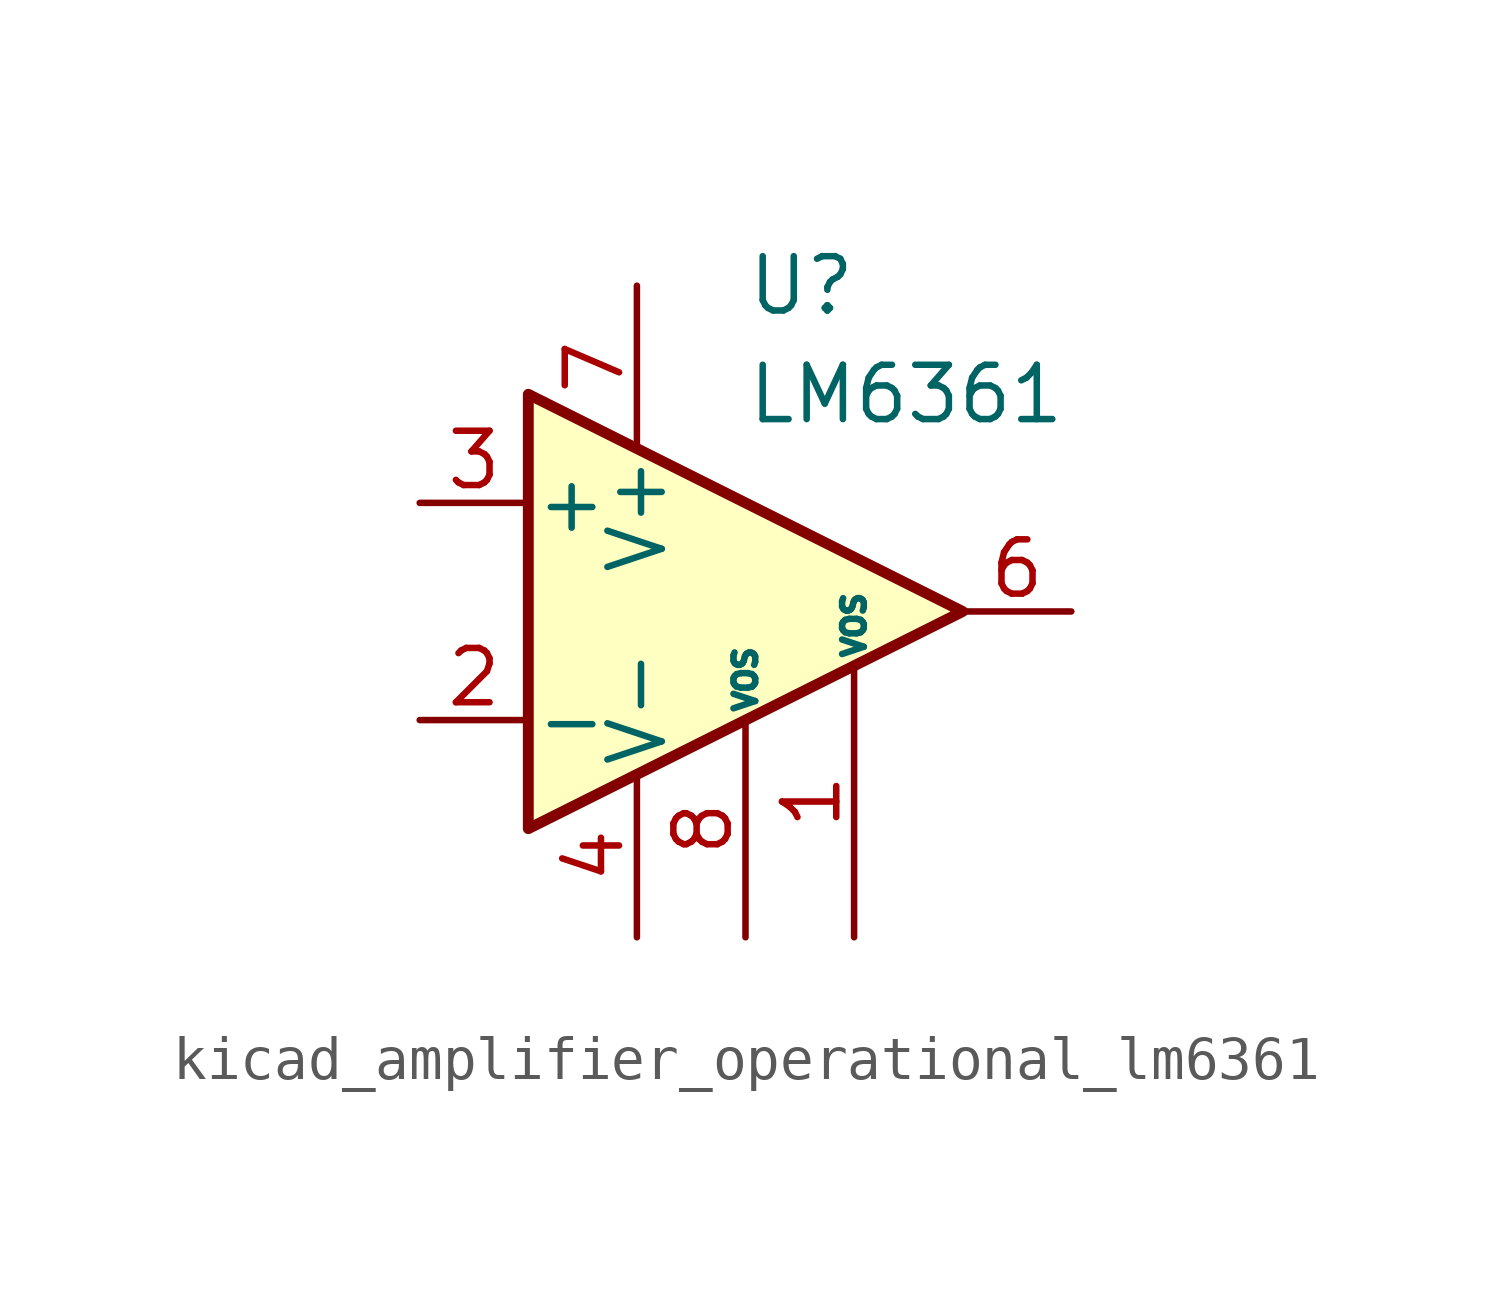
<source format=kicad_sym>
(kicad_symbol_lib
  (version 20220914)
  (generator kicad_symbol_editor)
  (symbol "kicad_amplifier_operational_lm6361"
    (pin_names
      (offset 0.127))
    (property "Reference" "U"
      (at 0 7.62 0)
      (effects (font (size 1.27 1.27)) (justify left)))
    (property "Value" "LM6361"
      (at 0 5.08 0)
      (effects (font (size 1.27 1.27)) (justify left)))
    (symbol "kicad_amplifier_operational_lm6361_0_1"
      (polyline (pts (xy -5.08 5.08) (xy 5.08 0) (xy -5.08 -5.08) (xy -5.08 5.08)) (stroke (width 0.254) (type default)) (fill (type background)))
      (pin no_connect line (at 0 2.54 270) (length 2.54) hide (name "NC" (effects (font (size 1.27 1.27)))) (number "5" (effects (font (size 1.27 1.27))))))
    (symbol "kicad_amplifier_operational_lm6361_1_1"
      (pin passive line (at 2.54 -7.62 90) (length 6.35) (name "VOS" (effects (font (size 0.508 0.508)))) (number "1" (effects (font (size 1.27 1.27)))))
      (pin input line (at -7.62 -2.54 0) (length 2.54) (name "-" (effects (font (size 1.27 1.27)))) (number "2" (effects (font (size 1.27 1.27)))))
      (pin input line (at -7.62 2.54 0) (length 2.54) (name "+" (effects (font (size 1.27 1.27)))) (number "3" (effects (font (size 1.27 1.27)))))
      (pin power_in line (at -2.54 -7.62 90) (length 3.81) (name "V-" (effects (font (size 1.27 1.27)))) (number "4" (effects (font (size 1.27 1.27)))))
      (pin output line (at 7.62 0 180) (length 2.54) (name "~" (effects (font (size 1.27 1.27)))) (number "6" (effects (font (size 1.27 1.27)))))
      (pin power_in line (at -2.54 7.62 270) (length 3.81) (name "V+" (effects (font (size 1.27 1.27)))) (number "7" (effects (font (size 1.27 1.27)))))
      (pin passive line (at 0 -7.62 90) (length 5.08) (name "VOS" (effects (font (size 0.508 0.508)))) (number "8" (effects (font (size 1.27 1.27))))))))
</source>
